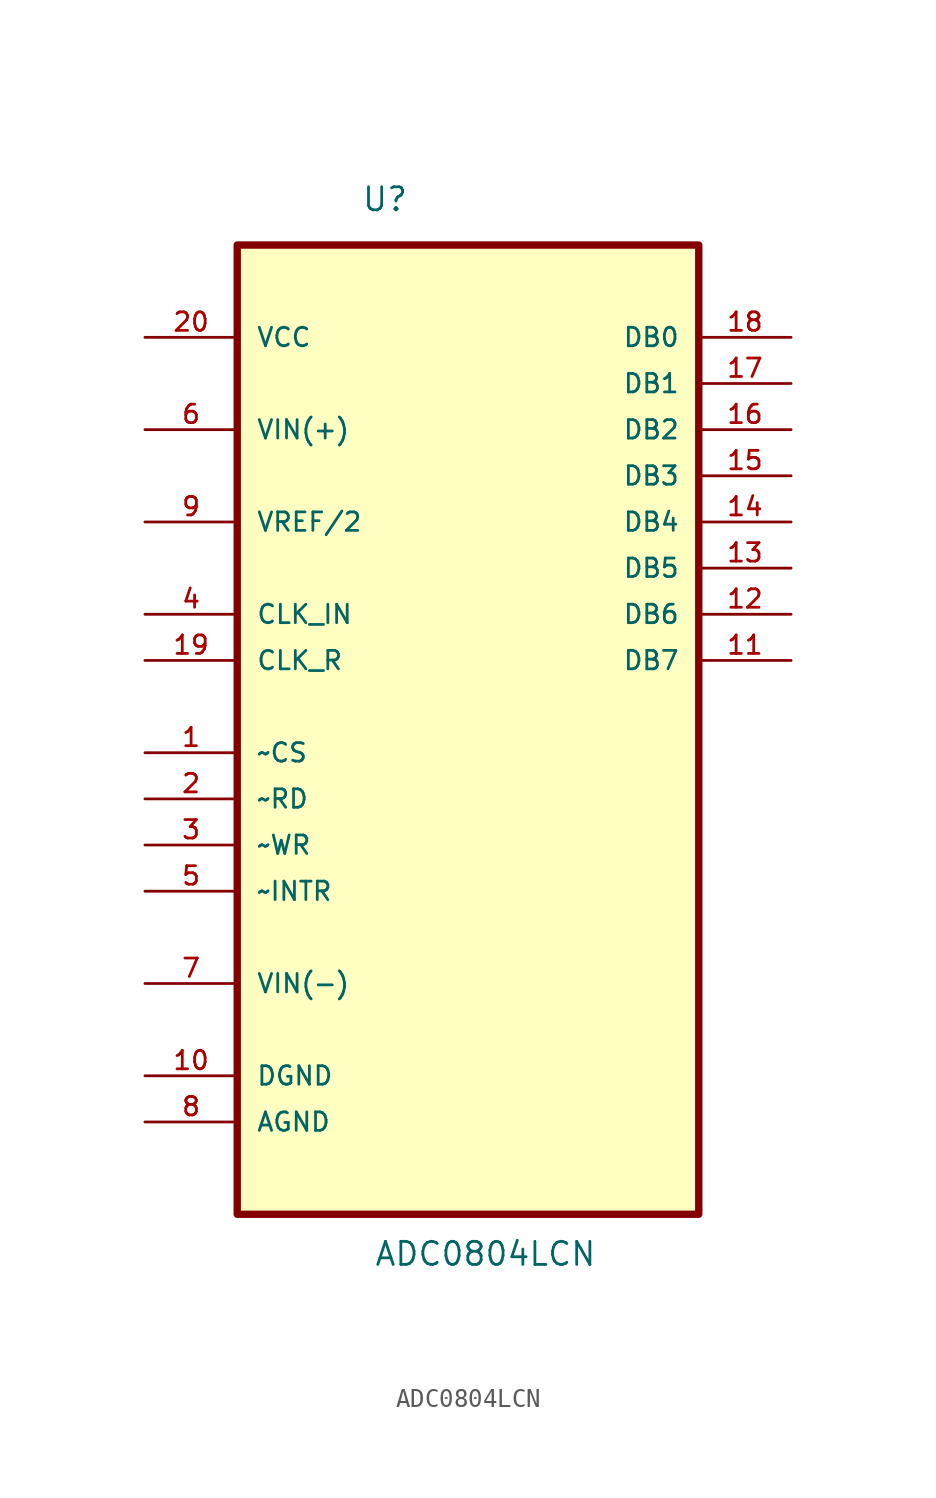
<source format=kicad_sym>
(kicad_symbol_lib
  (version 20231120)
  (generator "kicad_symbol_editor")
  (generator_version "8.0")
  (symbol "ADC0804LCN"
    (pin_names
      (offset 1.016))
    (property "Reference" "U"
      (at -5.878 24.634 0)
      (effects (font (size 1.27 1.27)) (justify left bottom)))
    (property "Value" "ADC0804LCN"
      (at -5.186 -33.403 0)
      (effects (font (size 1.27 1.27)) (justify left bottom)))
    (symbol "ADC0804LCN_0_0"
      (rectangle (start -12.7 -30.48) (end 12.7 22.86) (stroke (width 0.406) (type default)) (fill (type background)))
      (pin input line (at -17.78 -5.08 0) (length 5.08) (name "~CS" (effects (font (size 1.016 1.016)))) (number "1" (effects (font (size 1.016 1.016)))))
      (pin passive line (at -17.78 -22.86 0) (length 5.08) (name "DGND" (effects (font (size 1.016 1.016)))) (number "10" (effects (font (size 1.016 1.016)))))
      (pin passive line (at 17.78 0 180) (length 5.08) (name "DB7" (effects (font (size 1.016 1.016)))) (number "11" (effects (font (size 1.016 1.016)))))
      (pin passive line (at 17.78 2.54 180) (length 5.08) (name "DB6" (effects (font (size 1.016 1.016)))) (number "12" (effects (font (size 1.016 1.016)))))
      (pin passive line (at 17.78 5.08 180) (length 5.08) (name "DB5" (effects (font (size 1.016 1.016)))) (number "13" (effects (font (size 1.016 1.016)))))
      (pin passive line (at 17.78 7.62 180) (length 5.08) (name "DB4" (effects (font (size 1.016 1.016)))) (number "14" (effects (font (size 1.016 1.016)))))
      (pin passive line (at 17.78 10.16 180) (length 5.08) (name "DB3" (effects (font (size 1.016 1.016)))) (number "15" (effects (font (size 1.016 1.016)))))
      (pin passive line (at 17.78 12.7 180) (length 5.08) (name "DB2" (effects (font (size 1.016 1.016)))) (number "16" (effects (font (size 1.016 1.016)))))
      (pin passive line (at 17.78 15.24 180) (length 5.08) (name "DB1" (effects (font (size 1.016 1.016)))) (number "17" (effects (font (size 1.016 1.016)))))
      (pin passive line (at 17.78 17.78 180) (length 5.08) (name "DB0" (effects (font (size 1.016 1.016)))) (number "18" (effects (font (size 1.016 1.016)))))
      (pin input line (at -17.78 0 0) (length 5.08) (name "CLK_R" (effects (font (size 1.016 1.016)))) (number "19" (effects (font (size 1.016 1.016)))))
      (pin input line (at -17.78 -7.62 0) (length 5.08) (name "~RD" (effects (font (size 1.016 1.016)))) (number "2" (effects (font (size 1.016 1.016)))))
      (pin power_in line (at -17.78 17.78 0) (length 5.08) (name "VCC" (effects (font (size 1.016 1.016)))) (number "20" (effects (font (size 1.016 1.016)))))
      (pin input line (at -17.78 -10.16 0) (length 5.08) (name "~WR" (effects (font (size 1.016 1.016)))) (number "3" (effects (font (size 1.016 1.016)))))
      (pin input line (at -17.78 2.54 0) (length 5.08) (name "CLK_IN" (effects (font (size 1.016 1.016)))) (number "4" (effects (font (size 1.016 1.016)))))
      (pin input line (at -17.78 -12.7 0) (length 5.08) (name "~INTR" (effects (font (size 1.016 1.016)))) (number "5" (effects (font (size 1.016 1.016)))))
      (pin power_in line (at -17.78 12.7 0) (length 5.08) (name "VIN(+)" (effects (font (size 1.016 1.016)))) (number "6" (effects (font (size 1.016 1.016)))))
      (pin power_in line (at -17.78 -17.78 0) (length 5.08) (name "VIN(-)" (effects (font (size 1.016 1.016)))) (number "7" (effects (font (size 1.016 1.016)))))
      (pin passive line (at -17.78 -25.4 0) (length 5.08) (name "AGND" (effects (font (size 1.016 1.016)))) (number "8" (effects (font (size 1.016 1.016)))))
      (pin input line (at -17.78 7.62 0) (length 5.08) (name "VREF/2" (effects (font (size 1.016 1.016)))) (number "9" (effects (font (size 1.016 1.016))))))))
</source>
